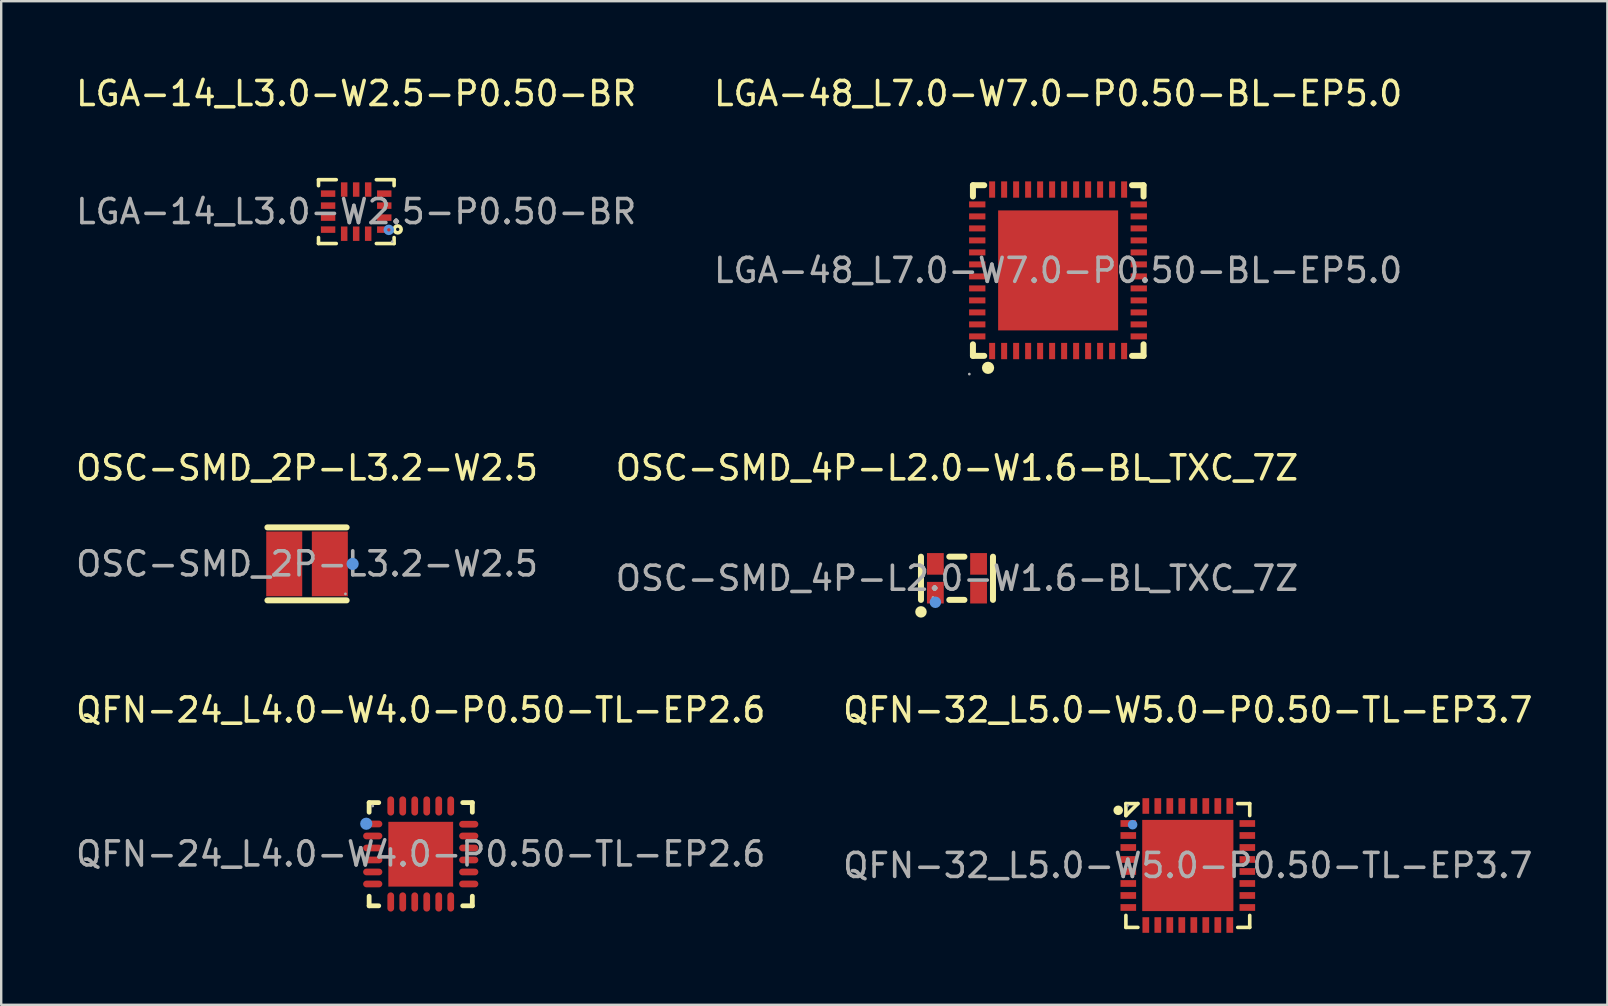
<source format=kicad_pcb>
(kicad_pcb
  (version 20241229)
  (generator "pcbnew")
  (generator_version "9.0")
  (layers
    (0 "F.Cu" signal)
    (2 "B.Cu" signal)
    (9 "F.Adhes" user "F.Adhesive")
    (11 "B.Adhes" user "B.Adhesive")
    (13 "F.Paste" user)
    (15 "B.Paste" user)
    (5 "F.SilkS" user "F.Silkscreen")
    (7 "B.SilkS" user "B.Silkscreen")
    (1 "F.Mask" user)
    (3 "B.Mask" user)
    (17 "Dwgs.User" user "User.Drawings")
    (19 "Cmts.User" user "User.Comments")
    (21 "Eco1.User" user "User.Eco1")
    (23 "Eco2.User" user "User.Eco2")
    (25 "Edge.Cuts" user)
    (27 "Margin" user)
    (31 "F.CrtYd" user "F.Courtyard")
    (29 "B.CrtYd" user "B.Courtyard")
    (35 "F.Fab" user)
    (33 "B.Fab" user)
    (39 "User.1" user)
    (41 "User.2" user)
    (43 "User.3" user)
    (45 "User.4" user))
  (footprint "OSC-SMD_2P-L3.2-W2.5"
    (layer "F.Cu")
    (at 9.744 20.447)
    (property "Reference" "OSC-SMD_2P-L3.2-W2.5" (at 0 -4 0) (layer "F.SilkS") (effects (font (size 1 1) (thickness 0.15))))
    (attr smd)
    (fp_line (start 1.65 -1.52) (end -1.65 -1.52) (stroke (width 0.25) (type solid)) (layer "F.SilkS"))
    (fp_line (start 1.65 1.52) (end -1.65 1.52) (stroke (width 0.25) (type solid)) (layer "F.SilkS"))
    (fp_circle (center 1.9 0) (end 2.03 0) (stroke (width 0.25) (type solid)) (fill no) (layer "Cmts.User"))
    (fp_circle (center 1.6 1.25) (end 1.63 1.25) (stroke (width 0.06) (type solid)) (fill no) (layer "F.Fab"))
    (fp_text user "${REFERENCE}" (at 0 0 0) (layer "F.Fab") (effects (font (size 1 1) (thickness 0.15))))
    (pad "1" smd rect (at 0.95 0) (size 1.5 2.7) (layers "F.Cu" "F.Mask" "F.Paste"))
    (pad "2" smd rect (at -0.95 0) (size 1.5 2.7) (layers "F.Cu" "F.Mask" "F.Paste")))
  (footprint "LGA-48_L7.0-W7.0-P0.50-BL-EP5.0"
    (layer "F.Cu")
    (at 41.042 8.218)
    (property "Reference" "LGA-48_L7.0-W7.0-P0.50-BL-EP5.0" (at 0 -7.37 0) (layer "F.SilkS") (effects (font (size 1 1) (thickness 0.15))))
    (attr smd)
    (fp_line (start -3.55 -3.55) (end -3.55 -3.08) (stroke (width 0.25) (type solid)) (layer "F.SilkS"))
    (fp_line (start -3.55 3.08) (end -3.55 3.56) (stroke (width 0.25) (type solid)) (layer "F.SilkS"))
    (fp_line (start -3.55 3.56) (end -3.08 3.56) (stroke (width 0.25) (type solid)) (layer "F.SilkS"))
    (fp_line (start -3.08 -3.55) (end -3.55 -3.55) (stroke (width 0.25) (type solid)) (layer "F.SilkS"))
    (fp_line (start 3.08 3.56) (end 3.56 3.56) (stroke (width 0.25) (type solid)) (layer "F.SilkS"))
    (fp_line (start 3.56 -3.55) (end 3.08 -3.55) (stroke (width 0.25) (type solid)) (layer "F.SilkS"))
    (fp_line (start 3.56 -3.08) (end 3.56 -3.55) (stroke (width 0.25) (type solid)) (layer "F.SilkS"))
    (fp_line (start 3.56 3.56) (end 3.56 3.08) (stroke (width 0.25) (type solid)) (layer "F.SilkS"))
    (fp_circle (center -2.92 4.06) (end -2.79 4.06) (stroke (width 0.25) (type solid)) (fill no) (layer "F.SilkS"))
    (fp_circle (center -3.7 4.32) (end -3.67 4.32) (stroke (width 0.06) (type solid)) (fill no) (layer "F.Fab"))
    (fp_text user "${REFERENCE}" (at 0 0 0) (layer "F.Fab") (effects (font (size 1 1) (thickness 0.15))))
    (pad "1" smd rect (at -2.75 3.36) (size 0.25 0.68) (layers "F.Cu" "F.Mask" "F.Paste"))
    (pad "2" smd rect (at -2.25 3.36) (size 0.25 0.68) (layers "F.Cu" "F.Mask" "F.Paste"))
    (pad "3" smd rect (at -1.75 3.36) (size 0.25 0.68) (layers "F.Cu" "F.Mask" "F.Paste"))
    (pad "4" smd rect (at -1.25 3.36) (size 0.25 0.68) (layers "F.Cu" "F.Mask" "F.Paste"))
    (pad "5" smd rect (at -0.75 3.36) (size 0.25 0.68) (layers "F.Cu" "F.Mask" "F.Paste"))
    (pad "6" smd rect (at -0.25 3.36) (size 0.25 0.68) (layers "F.Cu" "F.Mask" "F.Paste"))
    (pad "7" smd rect (at 0.25 3.36) (size 0.25 0.68) (layers "F.Cu" "F.Mask" "F.Paste"))
    (pad "8" smd rect (at 0.75 3.36) (size 0.25 0.68) (layers "F.Cu" "F.Mask" "F.Paste"))
    (pad "9" smd rect (at 1.25 3.36) (size 0.25 0.68) (layers "F.Cu" "F.Mask" "F.Paste"))
    (pad "10" smd rect (at 1.75 3.36) (size 0.25 0.68) (layers "F.Cu" "F.Mask" "F.Paste"))
    (pad "11" smd rect (at 2.25 3.36) (size 0.25 0.68) (layers "F.Cu" "F.Mask" "F.Paste"))
    (pad "12" smd rect (at 2.75 3.36) (size 0.25 0.68) (layers "F.Cu" "F.Mask" "F.Paste"))
    (pad "13" smd rect (at 3.36 2.75 90) (size 0.25 0.68) (layers "F.Cu" "F.Mask" "F.Paste"))
    (pad "14" smd rect (at 3.36 2.25 90) (size 0.25 0.68) (layers "F.Cu" "F.Mask" "F.Paste"))
    (pad "15" smd rect (at 3.36 1.75 90) (size 0.25 0.68) (layers "F.Cu" "F.Mask" "F.Paste"))
    (pad "16" smd rect (at 3.36 1.25 90) (size 0.25 0.68) (layers "F.Cu" "F.Mask" "F.Paste"))
    (pad "17" smd rect (at 3.36 0.75 90) (size 0.25 0.68) (layers "F.Cu" "F.Mask" "F.Paste"))
    (pad "18" smd rect (at 3.36 0.25 90) (size 0.25 0.68) (layers "F.Cu" "F.Mask" "F.Paste"))
    (pad "19" smd rect (at 3.36 -0.25 90) (size 0.25 0.68) (layers "F.Cu" "F.Mask" "F.Paste"))
    (pad "20" smd rect (at 3.36 -0.75 90) (size 0.25 0.68) (layers "F.Cu" "F.Mask" "F.Paste"))
    (pad "21" smd rect (at 3.36 -1.25 90) (size 0.25 0.68) (layers "F.Cu" "F.Mask" "F.Paste"))
    (pad "22" smd rect (at 3.36 -1.75 90) (size 0.25 0.68) (layers "F.Cu" "F.Mask" "F.Paste"))
    (pad "23" smd rect (at 3.36 -2.25 90) (size 0.25 0.68) (layers "F.Cu" "F.Mask" "F.Paste"))
    (pad "24" smd rect (at 3.36 -2.75 90) (size 0.25 0.68) (layers "F.Cu" "F.Mask" "F.Paste"))
    (pad "25" smd rect (at 2.75 -3.37 180) (size 0.25 0.68) (layers "F.Cu" "F.Mask" "F.Paste"))
    (pad "26" smd rect (at 2.25 -3.37 180) (size 0.25 0.68) (layers "F.Cu" "F.Mask" "F.Paste"))
    (pad "27" smd rect (at 1.75 -3.37 180) (size 0.25 0.68) (layers "F.Cu" "F.Mask" "F.Paste"))
    (pad "28" smd rect (at 1.25 -3.37 180) (size 0.25 0.68) (layers "F.Cu" "F.Mask" "F.Paste"))
    (pad "29" smd rect (at 0.75 -3.37 180) (size 0.25 0.68) (layers "F.Cu" "F.Mask" "F.Paste"))
    (pad "30" smd rect (at 0.25 -3.37 180) (size 0.25 0.68) (layers "F.Cu" "F.Mask" "F.Paste"))
    (pad "31" smd rect (at -0.25 -3.37 180) (size 0.25 0.68) (layers "F.Cu" "F.Mask" "F.Paste"))
    (pad "32" smd rect (at -0.75 -3.37 180) (size 0.25 0.68) (layers "F.Cu" "F.Mask" "F.Paste"))
    (pad "33" smd rect (at -1.25 -3.37 180) (size 0.25 0.68) (layers "F.Cu" "F.Mask" "F.Paste"))
    (pad "34" smd rect (at -1.75 -3.37 180) (size 0.25 0.68) (layers "F.Cu" "F.Mask" "F.Paste"))
    (pad "35" smd rect (at -2.25 -3.37 180) (size 0.25 0.68) (layers "F.Cu" "F.Mask" "F.Paste"))
    (pad "36" smd rect (at -2.75 -3.37 180) (size 0.25 0.68) (layers "F.Cu" "F.Mask" "F.Paste"))
    (pad "37" smd rect (at -3.37 -2.75 270) (size 0.25 0.68) (layers "F.Cu" "F.Mask" "F.Paste"))
    (pad "38" smd rect (at -3.37 -2.25 270) (size 0.25 0.68) (layers "F.Cu" "F.Mask" "F.Paste"))
    (pad "39" smd rect (at -3.37 -1.75 270) (size 0.25 0.68) (layers "F.Cu" "F.Mask" "F.Paste"))
    (pad "40" smd rect (at -3.37 -1.25 270) (size 0.25 0.68) (layers "F.Cu" "F.Mask" "F.Paste"))
    (pad "41" smd rect (at -3.37 -0.75 270) (size 0.25 0.68) (layers "F.Cu" "F.Mask" "F.Paste"))
    (pad "42" smd rect (at -3.37 -0.25 270) (size 0.25 0.68) (layers "F.Cu" "F.Mask" "F.Paste"))
    (pad "43" smd rect (at -3.37 0.25 270) (size 0.25 0.68) (layers "F.Cu" "F.Mask" "F.Paste"))
    (pad "44" smd rect (at -3.37 0.75 270) (size 0.25 0.68) (layers "F.Cu" "F.Mask" "F.Paste"))
    (pad "45" smd rect (at -3.37 1.25 270) (size 0.25 0.68) (layers "F.Cu" "F.Mask" "F.Paste"))
    (pad "46" smd rect (at -3.37 1.75 270) (size 0.25 0.68) (layers "F.Cu" "F.Mask" "F.Paste"))
    (pad "47" smd rect (at -3.37 2.25 270) (size 0.25 0.68) (layers "F.Cu" "F.Mask" "F.Paste"))
    (pad "48" smd rect (at -3.37 2.75 270) (size 0.25 0.68) (layers "F.Cu" "F.Mask" "F.Paste"))
    (pad "49" smd rect (at 0 0 180) (size 5 5) (layers "F.Cu" "F.Mask" "F.Paste")))
  (footprint "QFN-24_L4.0-W4.0-P0.50-TL-EP2.6"
    (layer "F.Cu")
    (at 14.482 32.535)
    (property "Reference" "QFN-24_L4.0-W4.0-P0.50-TL-EP2.6" (at 0 -6 0) (layer "F.SilkS") (effects (font (size 1 1) (thickness 0.15))))
    (attr smd)
    (fp_line (start -2.15 -2.14) (end -1.75 -2.14) (stroke (width 0.2) (type solid)) (layer "F.SilkS"))
    (fp_line (start -2.15 -1.74) (end -2.15 -2.14) (stroke (width 0.2) (type solid)) (layer "F.SilkS"))
    (fp_line (start -2.15 2.16) (end -2.15 1.76) (stroke (width 0.2) (type solid)) (layer "F.SilkS"))
    (fp_line (start -1.75 2.16) (end -2.15 2.16) (stroke (width 0.2) (type solid)) (layer "F.SilkS"))
    (fp_line (start 1.75 -2.14) (end 2.15 -2.14) (stroke (width 0.2) (type solid)) (layer "F.SilkS"))
    (fp_line (start 1.75 2.16) (end 2.15 2.16) (stroke (width 0.2) (type solid)) (layer "F.SilkS"))
    (fp_line (start 2.15 -2.14) (end 2.15 -1.74) (stroke (width 0.2) (type solid)) (layer "F.SilkS"))
    (fp_line (start 2.15 2.16) (end 2.15 1.76) (stroke (width 0.2) (type solid)) (layer "F.SilkS"))
    (fp_circle (center -2.27 -1.26) (end -2.14 -1.26) (stroke (width 0.25) (type solid)) (fill no) (layer "Cmts.User"))
    (fp_circle (center -2 -2) (end -1.97 -2) (stroke (width 0.06) (type solid)) (fill no) (layer "F.Fab"))
    (fp_text user "${REFERENCE}" (at 0 0 0) (layer "F.Fab") (effects (font (size 1 1) (thickness 0.15))))
    (pad "1" smd oval (at -2 -1.25 90) (size 0.28 0.8) (layers "F.Cu" "F.Mask" "F.Paste"))
    (pad "2" smd oval (at -2 -0.75 90) (size 0.28 0.8) (layers "F.Cu" "F.Mask" "F.Paste"))
    (pad "3" smd oval (at -2 -0.25 90) (size 0.28 0.8) (layers "F.Cu" "F.Mask" "F.Paste"))
    (pad "4" smd oval (at -2 0.25 90) (size 0.28 0.8) (layers "F.Cu" "F.Mask" "F.Paste"))
    (pad "5" smd oval (at -2 0.75 90) (size 0.28 0.8) (layers "F.Cu" "F.Mask" "F.Paste"))
    (pad "6" smd oval (at -2 1.25 90) (size 0.28 0.8) (layers "F.Cu" "F.Mask" "F.Paste"))
    (pad "7" smd oval (at -1.25 2) (size 0.28 0.8) (layers "F.Cu" "F.Mask" "F.Paste"))
    (pad "8" smd oval (at -0.75 2) (size 0.28 0.8) (layers "F.Cu" "F.Mask" "F.Paste"))
    (pad "9" smd oval (at -0.25 2) (size 0.28 0.8) (layers "F.Cu" "F.Mask" "F.Paste"))
    (pad "10" smd oval (at 0.25 2) (size 0.28 0.8) (layers "F.Cu" "F.Mask" "F.Paste"))
    (pad "11" smd oval (at 0.75 2) (size 0.28 0.8) (layers "F.Cu" "F.Mask" "F.Paste"))
    (pad "12" smd oval (at 1.25 2) (size 0.28 0.8) (layers "F.Cu" "F.Mask" "F.Paste"))
    (pad "13" smd oval (at 2 1.25 90) (size 0.28 0.8) (layers "F.Cu" "F.Mask" "F.Paste"))
    (pad "14" smd oval (at 2 0.75 90) (size 0.28 0.8) (layers "F.Cu" "F.Mask" "F.Paste"))
    (pad "15" smd oval (at 2 0.25 90) (size 0.28 0.8) (layers "F.Cu" "F.Mask" "F.Paste"))
    (pad "16" smd oval (at 2 -0.25 90) (size 0.28 0.8) (layers "F.Cu" "F.Mask" "F.Paste"))
    (pad "17" smd oval (at 2 -0.75 90) (size 0.28 0.8) (layers "F.Cu" "F.Mask" "F.Paste"))
    (pad "18" smd oval (at 2 -1.24 90) (size 0.28 0.8) (layers "F.Cu" "F.Mask" "F.Paste"))
    (pad "19" smd oval (at 1.25 -2) (size 0.28 0.8) (layers "F.Cu" "F.Mask" "F.Paste"))
    (pad "20" smd oval (at 0.75 -2) (size 0.28 0.8) (layers "F.Cu" "F.Mask" "F.Paste"))
    (pad "21" smd oval (at 0.25 -2) (size 0.28 0.8) (layers "F.Cu" "F.Mask" "F.Paste"))
    (pad "22" smd oval (at -0.25 -2) (size 0.28 0.8) (layers "F.Cu" "F.Mask" "F.Paste"))
    (pad "23" smd oval (at -0.75 -2) (size 0.28 0.8) (layers "F.Cu" "F.Mask" "F.Paste"))
    (pad "24" smd oval (at -1.25 -2) (size 0.28 0.8) (layers "F.Cu" "F.Mask" "F.Paste"))
    (pad "25" smd rect (at 0 0.01) (size 2.7 2.7) (layers "F.Cu" "F.Mask" "F.Paste")))
  (footprint "LGA-14_L3.0-W2.5-P0.50-BR"
    (layer "F.Cu")
    (at 11.792 5.768)
    (property "Reference" "LGA-14_L3.0-W2.5-P0.50-BR" (at 0 -4.92 0) (layer "F.SilkS") (effects (font (size 1 1) (thickness 0.15))))
    (attr smd)
    (fp_line (start -1.57 -1.33) (end -1.57 -1.08) (stroke (width 0.15) (type solid)) (layer "F.SilkS"))
    (fp_line (start -1.57 1.33) (end -1.57 1.08) (stroke (width 0.15) (type solid)) (layer "F.SilkS"))
    (fp_line (start -0.83 -1.33) (end -1.57 -1.33) (stroke (width 0.15) (type solid)) (layer "F.SilkS"))
    (fp_line (start -0.83 1.33) (end -1.57 1.33) (stroke (width 0.15) (type solid)) (layer "F.SilkS"))
    (fp_line (start 0.84 -1.33) (end 1.58 -1.33) (stroke (width 0.15) (type solid)) (layer "F.SilkS"))
    (fp_line (start 0.84 1.33) (end 1.58 1.33) (stroke (width 0.15) (type solid)) (layer "F.SilkS"))
    (fp_line (start 1.58 -1.33) (end 1.58 -1.08) (stroke (width 0.15) (type solid)) (layer "F.SilkS"))
    (fp_line (start 1.58 1.33) (end 1.58 1.08) (stroke (width 0.15) (type solid)) (layer "F.SilkS"))
    (fp_circle (center 1.73 0.74) (end 1.8 0.74) (stroke (width 0.15) (type solid)) (fill no) (layer "F.SilkS"))
    (fp_circle (center 1.36 0.76) (end 1.43 0.76) (stroke (width 0.15) (type solid)) (fill no) (layer "Cmts.User"))
    (fp_circle (center 1.5 1.25) (end 1.53 1.25) (stroke (width 0.06) (type solid)) (fill no) (layer "F.Fab"))
    (fp_text user "${REFERENCE}" (at 0 0 0) (layer "F.Fab") (effects (font (size 1 1) (thickness 0.15))))
    (pad "1" smd rect (at 1.17 0.75) (size 0.6 0.27) (layers "F.Cu" "F.Mask" "F.Paste"))
    (pad "2" smd rect (at 1.17 0.25) (size 0.6 0.27) (layers "F.Cu" "F.Mask" "F.Paste"))
    (pad "3" smd rect (at 1.17 -0.25) (size 0.6 0.27) (layers "F.Cu" "F.Mask" "F.Paste"))
    (pad "4" smd rect (at 1.17 -0.75) (size 0.6 0.27) (layers "F.Cu" "F.Mask" "F.Paste"))
    (pad "5" smd rect (at 0.5 -0.92) (size 0.27 0.6) (layers "F.Cu" "F.Mask" "F.Paste"))
    (pad "6" smd rect (at 0 -0.92) (size 0.27 0.6) (layers "F.Cu" "F.Mask" "F.Paste"))
    (pad "7" smd rect (at -0.5 -0.92) (size 0.27 0.6) (layers "F.Cu" "F.Mask" "F.Paste"))
    (pad "8" smd rect (at -1.17 -0.75) (size 0.6 0.27) (layers "F.Cu" "F.Mask" "F.Paste"))
    (pad "9" smd rect (at -1.17 -0.25) (size 0.6 0.27) (layers "F.Cu" "F.Mask" "F.Paste"))
    (pad "10" smd rect (at -1.17 0.25) (size 0.6 0.27) (layers "F.Cu" "F.Mask" "F.Paste"))
    (pad "11" smd rect (at -1.17 0.75) (size 0.6 0.27) (layers "F.Cu" "F.Mask" "F.Paste"))
    (pad "12" smd rect (at -0.5 0.92) (size 0.27 0.6) (layers "F.Cu" "F.Mask" "F.Paste"))
    (pad "13" smd rect (at 0 0.92) (size 0.27 0.6) (layers "F.Cu" "F.Mask" "F.Paste"))
    (pad "14" smd rect (at 0.5 0.92) (size 0.27 0.6) (layers "F.Cu" "F.Mask" "F.Paste")))
  (footprint "OSC-SMD_4P-L2.0-W1.6-BL_TXC_7Z"
    (layer "F.Cu")
    (at 36.827 21.047)
    (property "Reference" "OSC-SMD_4P-L2.0-W1.6-BL_TXC_7Z" (at 0 -4.6 0) (layer "F.SilkS") (effects (font (size 1 1) (thickness 0.15))))
    (attr smd)
    (fp_line (start -1.5 -0.9) (end -1.5 0.9) (stroke (width 0.25) (type solid)) (layer "F.SilkS"))
    (fp_line (start -0.32 -0.9) (end 0.31 -0.9) (stroke (width 0.25) (type solid)) (layer "F.SilkS"))
    (fp_line (start -0.32 0.9) (end 0.31 0.9) (stroke (width 0.25) (type solid)) (layer "F.SilkS"))
    (fp_line (start 1.5 -0.9) (end 1.5 0.9) (stroke (width 0.25) (type solid)) (layer "F.SilkS"))
    (fp_circle (center -1.5 1.4) (end -1.38 1.4) (stroke (width 0.24) (type solid)) (fill no) (layer "F.SilkS"))
    (fp_circle (center -0.9 1) (end -0.78 1) (stroke (width 0.24) (type solid)) (fill no) (layer "Cmts.User"))
    (fp_circle (center -1 0.8) (end -0.97 0.8) (stroke (width 0.06) (type solid)) (fill no) (layer "F.Fab"))
    (fp_text user "${REFERENCE}" (at 0 0 0) (layer "F.Fab") (effects (font (size 1 1) (thickness 0.15))))
    (pad "1" smd rect (at -0.9 0.6 270) (size 0.9 0.7) (layers "F.Cu" "F.Mask" "F.Paste"))
    (pad "2" smd rect (at 0.9 0.6 270) (size 0.9 0.7) (layers "F.Cu" "F.Mask" "F.Paste"))
    (pad "3" smd rect (at 0.9 -0.6 270) (size 0.9 0.7) (layers "F.Cu" "F.Mask" "F.Paste"))
    (pad "4" smd rect (at -0.9 -0.6 270) (size 0.9 0.7) (layers "F.Cu" "F.Mask" "F.Paste")))
  (footprint "QFN-32_L5.0-W5.0-P0.50-TL-EP3.7"
    (layer "F.Cu")
    (at 46.446 33.015)
    (property "Reference" "QFN-32_L5.0-W5.0-P0.50-TL-EP3.7" (at 0 -6.48 0) (layer "F.SilkS") (effects (font (size 1 1) (thickness 0.15))))
    (attr smd)
    (fp_line (start -2.58 -2.58) (end -2.58 -2.08) (stroke (width 0.15) (type solid)) (layer "F.SilkS"))
    (fp_line (start -2.58 2.58) (end -2.58 2.08) (stroke (width 0.15) (type solid)) (layer "F.SilkS"))
    (fp_line (start -2.08 -2.58) (end -2.58 -2.58) (stroke (width 0.15) (type solid)) (layer "F.SilkS"))
    (fp_line (start -2.08 -2.58) (end -2.58 -2.08) (stroke (width 0.15) (type solid)) (layer "F.SilkS"))
    (fp_line (start -2.08 2.58) (end -2.58 2.58) (stroke (width 0.15) (type solid)) (layer "F.SilkS"))
    (fp_line (start 2.08 -2.58) (end 2.58 -2.58) (stroke (width 0.15) (type solid)) (layer "F.SilkS"))
    (fp_line (start 2.08 2.58) (end 2.58 2.58) (stroke (width 0.15) (type solid)) (layer "F.SilkS"))
    (fp_line (start 2.58 -2.58) (end 2.58 -2.08) (stroke (width 0.15) (type solid)) (layer "F.SilkS"))
    (fp_line (start 2.58 2.58) (end 2.58 2.08) (stroke (width 0.15) (type solid)) (layer "F.SilkS"))
    (fp_circle (center -2.9 -2.3) (end -2.8 -2.3) (stroke (width 0.2) (type solid)) (fill no) (layer "F.SilkS"))
    (fp_circle (center -2.3 -1.7) (end -2.2 -1.7) (stroke (width 0.2) (type solid)) (fill no) (layer "Cmts.User"))
    (fp_circle (center -2.5 -2.5) (end -2.47 -2.5) (stroke (width 0.06) (type solid)) (fill no) (layer "F.Fab"))
    (fp_text user "${REFERENCE}" (at 0 0 0) (layer "F.Fab") (effects (font (size 1 1) (thickness 0.15))))
    (pad "1" smd rect (at -2.48 -1.75) (size 0.65 0.28) (layers "F.Cu" "F.Mask" "F.Paste"))
    (pad "2" smd rect (at -2.48 -1.25) (size 0.65 0.28) (layers "F.Cu" "F.Mask" "F.Paste"))
    (pad "3" smd rect (at -2.48 -0.75) (size 0.65 0.28) (layers "F.Cu" "F.Mask" "F.Paste"))
    (pad "4" smd rect (at -2.48 -0.25) (size 0.65 0.28) (layers "F.Cu" "F.Mask" "F.Paste"))
    (pad "5" smd rect (at -2.48 0.25) (size 0.65 0.28) (layers "F.Cu" "F.Mask" "F.Paste"))
    (pad "6" smd rect (at -2.48 0.75) (size 0.65 0.28) (layers "F.Cu" "F.Mask" "F.Paste"))
    (pad "7" smd rect (at -2.48 1.25) (size 0.65 0.28) (layers "F.Cu" "F.Mask" "F.Paste"))
    (pad "8" smd rect (at -2.48 1.75) (size 0.65 0.28) (layers "F.Cu" "F.Mask" "F.Paste"))
    (pad "9" smd rect (at -1.75 2.48) (size 0.28 0.65) (layers "F.Cu" "F.Mask" "F.Paste"))
    (pad "10" smd rect (at -1.25 2.48) (size 0.28 0.65) (layers "F.Cu" "F.Mask" "F.Paste"))
    (pad "11" smd rect (at -0.75 2.48) (size 0.28 0.65) (layers "F.Cu" "F.Mask" "F.Paste"))
    (pad "12" smd rect (at -0.25 2.48) (size 0.28 0.65) (layers "F.Cu" "F.Mask" "F.Paste"))
    (pad "13" smd rect (at 0.25 2.48) (size 0.28 0.65) (layers "F.Cu" "F.Mask" "F.Paste"))
    (pad "14" smd rect (at 0.75 2.48) (size 0.28 0.65) (layers "F.Cu" "F.Mask" "F.Paste"))
    (pad "15" smd rect (at 1.25 2.48) (size 0.28 0.65) (layers "F.Cu" "F.Mask" "F.Paste"))
    (pad "16" smd rect (at 1.75 2.48) (size 0.28 0.65) (layers "F.Cu" "F.Mask" "F.Paste"))
    (pad "17" smd rect (at 2.48 1.75) (size 0.65 0.28) (layers "F.Cu" "F.Mask" "F.Paste"))
    (pad "18" smd rect (at 2.48 1.25) (size 0.65 0.28) (layers "F.Cu" "F.Mask" "F.Paste"))
    (pad "19" smd rect (at 2.48 0.75) (size 0.65 0.28) (layers "F.Cu" "F.Mask" "F.Paste"))
    (pad "20" smd rect (at 2.48 0.25) (size 0.65 0.28) (layers "F.Cu" "F.Mask" "F.Paste"))
    (pad "21" smd rect (at 2.48 -0.25) (size 0.65 0.28) (layers "F.Cu" "F.Mask" "F.Paste"))
    (pad "22" smd rect (at 2.48 -0.75) (size 0.65 0.28) (layers "F.Cu" "F.Mask" "F.Paste"))
    (pad "23" smd rect (at 2.48 -1.25) (size 0.65 0.28) (layers "F.Cu" "F.Mask" "F.Paste"))
    (pad "24" smd rect (at 2.48 -1.75) (size 0.65 0.28) (layers "F.Cu" "F.Mask" "F.Paste"))
    (pad "25" smd rect (at 1.75 -2.48) (size 0.28 0.65) (layers "F.Cu" "F.Mask" "F.Paste"))
    (pad "26" smd rect (at 1.25 -2.48) (size 0.28 0.65) (layers "F.Cu" "F.Mask" "F.Paste"))
    (pad "27" smd rect (at 0.75 -2.48) (size 0.28 0.65) (layers "F.Cu" "F.Mask" "F.Paste"))
    (pad "28" smd rect (at 0.25 -2.48) (size 0.28 0.65) (layers "F.Cu" "F.Mask" "F.Paste"))
    (pad "29" smd rect (at -0.25 -2.48) (size 0.28 0.65) (layers "F.Cu" "F.Mask" "F.Paste"))
    (pad "30" smd rect (at -0.75 -2.48) (size 0.28 0.65) (layers "F.Cu" "F.Mask" "F.Paste"))
    (pad "31" smd rect (at -1.25 -2.48) (size 0.28 0.65) (layers "F.Cu" "F.Mask" "F.Paste"))
    (pad "32" smd rect (at -1.75 -2.48) (size 0.28 0.65) (layers "F.Cu" "F.Mask" "F.Paste"))
    (pad "33" smd rect (at 0 0) (size 3.8 3.8) (layers "F.Cu" "F.Mask" "F.Paste")))
  (gr_rect
    (start -3 -3)
    (end 63.929 38.82)
    (stroke (width 0.1) (type default))
    (fill no)
    (layer "Edge.Cuts")))
</source>
